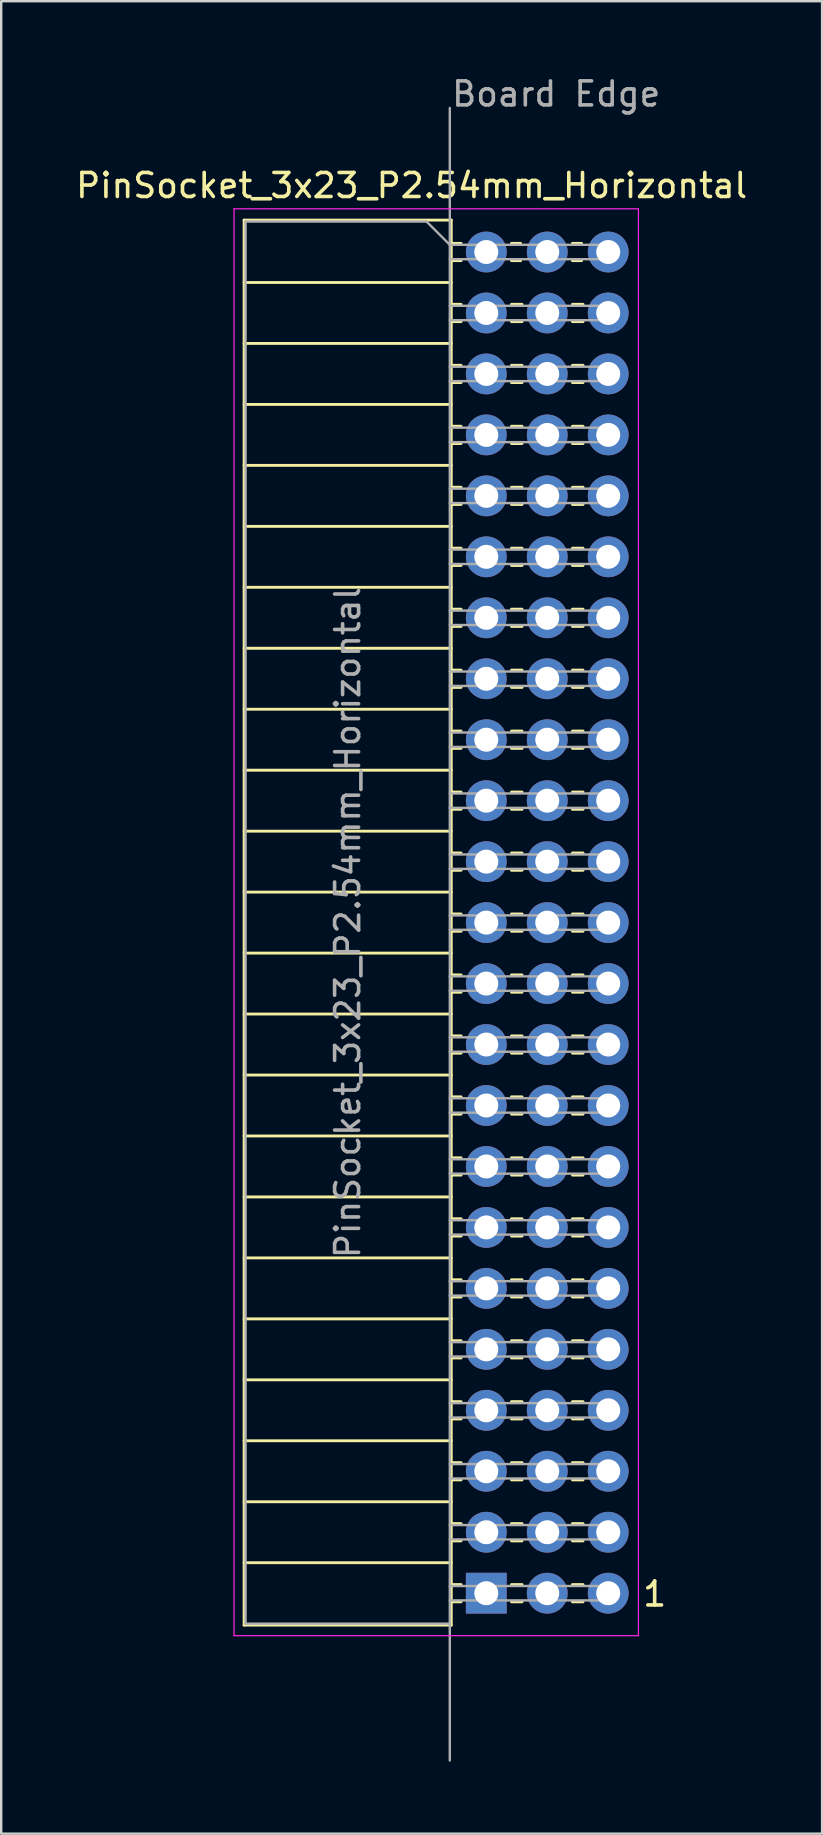
<source format=kicad_pcb>
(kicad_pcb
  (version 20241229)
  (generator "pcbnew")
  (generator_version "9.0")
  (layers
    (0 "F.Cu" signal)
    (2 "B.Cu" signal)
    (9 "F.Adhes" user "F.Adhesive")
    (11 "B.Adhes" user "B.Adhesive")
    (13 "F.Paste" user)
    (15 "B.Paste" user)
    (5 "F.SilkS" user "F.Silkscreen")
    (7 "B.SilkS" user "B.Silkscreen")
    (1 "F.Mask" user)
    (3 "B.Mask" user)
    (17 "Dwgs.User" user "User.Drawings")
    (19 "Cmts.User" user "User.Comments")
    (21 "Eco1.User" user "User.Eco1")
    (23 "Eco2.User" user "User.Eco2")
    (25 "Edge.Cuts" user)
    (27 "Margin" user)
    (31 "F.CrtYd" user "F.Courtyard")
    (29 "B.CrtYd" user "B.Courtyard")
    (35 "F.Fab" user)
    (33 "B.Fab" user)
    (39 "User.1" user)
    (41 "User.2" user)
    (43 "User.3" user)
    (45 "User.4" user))
  (footprint "PinSocket_3x23_P2.54mm_Horizontal"
    (layer "F.Cu")
    (at 19.751 7.45)
    (property "Reference" "PinSocket_3x23_P2.54mm_Horizontal" (at -5.65 -2.77 0) (layer "F.SilkS") (effects (font (size 1 1) (thickness 0.15))))
    (attr through_hole)
    (fp_line (start -12.63 -1.33) (end -12.63 57.21) (stroke (width 0.12) (type solid)) (layer "F.SilkS"))
    (fp_line (start -12.63 -1.33) (end -4 -1.33) (stroke (width 0.12) (type solid)) (layer "F.SilkS"))
    (fp_line (start -12.63 1.27) (end -4 1.27) (stroke (width 0.12) (type solid)) (layer "F.SilkS"))
    (fp_line (start -12.63 3.81) (end -4 3.81) (stroke (width 0.12) (type solid)) (layer "F.SilkS"))
    (fp_line (start -12.63 6.35) (end -4 6.35) (stroke (width 0.12) (type solid)) (layer "F.SilkS"))
    (fp_line (start -12.63 8.89) (end -4 8.89) (stroke (width 0.12) (type solid)) (layer "F.SilkS"))
    (fp_line (start -12.63 11.43) (end -4 11.43) (stroke (width 0.12) (type solid)) (layer "F.SilkS"))
    (fp_line (start -12.63 13.97) (end -4 13.97) (stroke (width 0.12) (type solid)) (layer "F.SilkS"))
    (fp_line (start -12.63 16.51) (end -4 16.51) (stroke (width 0.12) (type solid)) (layer "F.SilkS"))
    (fp_line (start -12.63 19.05) (end -4 19.05) (stroke (width 0.12) (type solid)) (layer "F.SilkS"))
    (fp_line (start -12.63 21.59) (end -4 21.59) (stroke (width 0.12) (type solid)) (layer "F.SilkS"))
    (fp_line (start -12.63 24.13) (end -4 24.13) (stroke (width 0.12) (type solid)) (layer "F.SilkS"))
    (fp_line (start -12.63 26.67) (end -4 26.67) (stroke (width 0.12) (type solid)) (layer "F.SilkS"))
    (fp_line (start -12.63 29.21) (end -4 29.21) (stroke (width 0.12) (type solid)) (layer "F.SilkS"))
    (fp_line (start -12.63 31.75) (end -4 31.75) (stroke (width 0.12) (type solid)) (layer "F.SilkS"))
    (fp_line (start -12.63 34.29) (end -4 34.29) (stroke (width 0.12) (type solid)) (layer "F.SilkS"))
    (fp_line (start -12.63 36.83) (end -4 36.83) (stroke (width 0.12) (type solid)) (layer "F.SilkS"))
    (fp_line (start -12.63 39.37) (end -4 39.37) (stroke (width 0.12) (type solid)) (layer "F.SilkS"))
    (fp_line (start -12.63 41.91) (end -4 41.91) (stroke (width 0.12) (type solid)) (layer "F.SilkS"))
    (fp_line (start -12.63 44.45) (end -4 44.45) (stroke (width 0.12) (type solid)) (layer "F.SilkS"))
    (fp_line (start -12.63 46.99) (end -4 46.99) (stroke (width 0.12) (type solid)) (layer "F.SilkS"))
    (fp_line (start -12.63 49.53) (end -4 49.53) (stroke (width 0.12) (type solid)) (layer "F.SilkS"))
    (fp_line (start -12.63 52.07) (end -4 52.07) (stroke (width 0.12) (type solid)) (layer "F.SilkS"))
    (fp_line (start -12.63 54.61) (end -4 54.61) (stroke (width 0.12) (type solid)) (layer "F.SilkS"))
    (fp_line (start -12.63 57.21) (end -4 57.21) (stroke (width 0.12) (type solid)) (layer "F.SilkS"))
    (fp_line (start -4 -1.33) (end -4 57.21) (stroke (width 0.12) (type solid)) (layer "F.SilkS"))
    (fp_line (start -4 -0.36) (end -3.59 -0.36) (stroke (width 0.12) (type solid)) (layer "F.SilkS"))
    (fp_line (start -4 0.36) (end -3.59 0.36) (stroke (width 0.12) (type solid)) (layer "F.SilkS"))
    (fp_line (start -4 2.18) (end -3.59 2.18) (stroke (width 0.12) (type solid)) (layer "F.SilkS"))
    (fp_line (start -4 2.9) (end -3.59 2.9) (stroke (width 0.12) (type solid)) (layer "F.SilkS"))
    (fp_line (start -4 4.72) (end -3.59 4.72) (stroke (width 0.12) (type solid)) (layer "F.SilkS"))
    (fp_line (start -4 5.44) (end -3.59 5.44) (stroke (width 0.12) (type solid)) (layer "F.SilkS"))
    (fp_line (start -4 7.26) (end -3.59 7.26) (stroke (width 0.12) (type solid)) (layer "F.SilkS"))
    (fp_line (start -4 7.98) (end -3.59 7.98) (stroke (width 0.12) (type solid)) (layer "F.SilkS"))
    (fp_line (start -4 9.8) (end -3.59 9.8) (stroke (width 0.12) (type solid)) (layer "F.SilkS"))
    (fp_line (start -4 10.52) (end -3.59 10.52) (stroke (width 0.12) (type solid)) (layer "F.SilkS"))
    (fp_line (start -4 12.34) (end -3.59 12.34) (stroke (width 0.12) (type solid)) (layer "F.SilkS"))
    (fp_line (start -4 13.06) (end -3.59 13.06) (stroke (width 0.12) (type solid)) (layer "F.SilkS"))
    (fp_line (start -4 14.88) (end -3.59 14.88) (stroke (width 0.12) (type solid)) (layer "F.SilkS"))
    (fp_line (start -4 15.6) (end -3.59 15.6) (stroke (width 0.12) (type solid)) (layer "F.SilkS"))
    (fp_line (start -4 17.42) (end -3.59 17.42) (stroke (width 0.12) (type solid)) (layer "F.SilkS"))
    (fp_line (start -4 18.14) (end -3.59 18.14) (stroke (width 0.12) (type solid)) (layer "F.SilkS"))
    (fp_line (start -4 19.96) (end -3.59 19.96) (stroke (width 0.12) (type solid)) (layer "F.SilkS"))
    (fp_line (start -4 20.68) (end -3.59 20.68) (stroke (width 0.12) (type solid)) (layer "F.SilkS"))
    (fp_line (start -4 22.5) (end -3.59 22.5) (stroke (width 0.12) (type solid)) (layer "F.SilkS"))
    (fp_line (start -4 23.22) (end -3.59 23.22) (stroke (width 0.12) (type solid)) (layer "F.SilkS"))
    (fp_line (start -4 25.04) (end -3.59 25.04) (stroke (width 0.12) (type solid)) (layer "F.SilkS"))
    (fp_line (start -4 25.76) (end -3.59 25.76) (stroke (width 0.12) (type solid)) (layer "F.SilkS"))
    (fp_line (start -4 27.58) (end -3.59 27.58) (stroke (width 0.12) (type solid)) (layer "F.SilkS"))
    (fp_line (start -4 28.3) (end -3.59 28.3) (stroke (width 0.12) (type solid)) (layer "F.SilkS"))
    (fp_line (start -4 30.12) (end -3.59 30.12) (stroke (width 0.12) (type solid)) (layer "F.SilkS"))
    (fp_line (start -4 30.84) (end -3.59 30.84) (stroke (width 0.12) (type solid)) (layer "F.SilkS"))
    (fp_line (start -4 32.66) (end -3.59 32.66) (stroke (width 0.12) (type solid)) (layer "F.SilkS"))
    (fp_line (start -4 33.38) (end -3.59 33.38) (stroke (width 0.12) (type solid)) (layer "F.SilkS"))
    (fp_line (start -4 35.2) (end -3.59 35.2) (stroke (width 0.12) (type solid)) (layer "F.SilkS"))
    (fp_line (start -4 35.92) (end -3.59 35.92) (stroke (width 0.12) (type solid)) (layer "F.SilkS"))
    (fp_line (start -4 37.74) (end -3.59 37.74) (stroke (width 0.12) (type solid)) (layer "F.SilkS"))
    (fp_line (start -4 38.46) (end -3.59 38.46) (stroke (width 0.12) (type solid)) (layer "F.SilkS"))
    (fp_line (start -4 40.28) (end -3.59 40.28) (stroke (width 0.12) (type solid)) (layer "F.SilkS"))
    (fp_line (start -4 41) (end -3.59 41) (stroke (width 0.12) (type solid)) (layer "F.SilkS"))
    (fp_line (start -4 42.82) (end -3.59 42.82) (stroke (width 0.12) (type solid)) (layer "F.SilkS"))
    (fp_line (start -4 43.54) (end -3.59 43.54) (stroke (width 0.12) (type solid)) (layer "F.SilkS"))
    (fp_line (start -4 45.36) (end -3.59 45.36) (stroke (width 0.12) (type solid)) (layer "F.SilkS"))
    (fp_line (start -4 46.08) (end -3.59 46.08) (stroke (width 0.12) (type solid)) (layer "F.SilkS"))
    (fp_line (start -4 47.9) (end -3.59 47.9) (stroke (width 0.12) (type solid)) (layer "F.SilkS"))
    (fp_line (start -4 48.62) (end -3.59 48.62) (stroke (width 0.12) (type solid)) (layer "F.SilkS"))
    (fp_line (start -4 50.44) (end -3.59 50.44) (stroke (width 0.12) (type solid)) (layer "F.SilkS"))
    (fp_line (start -4 51.16) (end -3.59 51.16) (stroke (width 0.12) (type solid)) (layer "F.SilkS"))
    (fp_line (start -4 52.98) (end -3.59 52.98) (stroke (width 0.12) (type solid)) (layer "F.SilkS"))
    (fp_line (start -4 53.7) (end -3.59 53.7) (stroke (width 0.12) (type solid)) (layer "F.SilkS"))
    (fp_line (start -4 55.52) (end -3.59 55.52) (stroke (width 0.12) (type solid)) (layer "F.SilkS"))
    (fp_line (start -4 56.24) (end -3.59 56.24) (stroke (width 0.12) (type solid)) (layer "F.SilkS"))
    (fp_line (start -1.49 -0.36) (end -1.11 -0.36) (stroke (width 0.12) (type solid)) (layer "F.SilkS"))
    (fp_line (start -1.49 0.36) (end -1.11 0.36) (stroke (width 0.12) (type solid)) (layer "F.SilkS"))
    (fp_line (start -1.49 2.18) (end -1.05 2.18) (stroke (width 0.12) (type solid)) (layer "F.SilkS"))
    (fp_line (start -1.49 2.9) (end -1.05 2.9) (stroke (width 0.12) (type solid)) (layer "F.SilkS"))
    (fp_line (start -1.49 4.72) (end -1.05 4.72) (stroke (width 0.12) (type solid)) (layer "F.SilkS"))
    (fp_line (start -1.49 5.44) (end -1.05 5.44) (stroke (width 0.12) (type solid)) (layer "F.SilkS"))
    (fp_line (start -1.49 7.26) (end -1.05 7.26) (stroke (width 0.12) (type solid)) (layer "F.SilkS"))
    (fp_line (start -1.49 7.98) (end -1.05 7.98) (stroke (width 0.12) (type solid)) (layer "F.SilkS"))
    (fp_line (start -1.49 9.8) (end -1.05 9.8) (stroke (width 0.12) (type solid)) (layer "F.SilkS"))
    (fp_line (start -1.49 10.52) (end -1.05 10.52) (stroke (width 0.12) (type solid)) (layer "F.SilkS"))
    (fp_line (start -1.49 12.34) (end -1.05 12.34) (stroke (width 0.12) (type solid)) (layer "F.SilkS"))
    (fp_line (start -1.49 13.06) (end -1.05 13.06) (stroke (width 0.12) (type solid)) (layer "F.SilkS"))
    (fp_line (start -1.49 14.88) (end -1.05 14.88) (stroke (width 0.12) (type solid)) (layer "F.SilkS"))
    (fp_line (start -1.49 15.6) (end -1.05 15.6) (stroke (width 0.12) (type solid)) (layer "F.SilkS"))
    (fp_line (start -1.49 17.42) (end -1.05 17.42) (stroke (width 0.12) (type solid)) (layer "F.SilkS"))
    (fp_line (start -1.49 18.14) (end -1.05 18.14) (stroke (width 0.12) (type solid)) (layer "F.SilkS"))
    (fp_line (start -1.49 19.96) (end -1.05 19.96) (stroke (width 0.12) (type solid)) (layer "F.SilkS"))
    (fp_line (start -1.49 20.68) (end -1.05 20.68) (stroke (width 0.12) (type solid)) (layer "F.SilkS"))
    (fp_line (start -1.49 22.5) (end -1.05 22.5) (stroke (width 0.12) (type solid)) (layer "F.SilkS"))
    (fp_line (start -1.49 23.22) (end -1.05 23.22) (stroke (width 0.12) (type solid)) (layer "F.SilkS"))
    (fp_line (start -1.49 25.04) (end -1.05 25.04) (stroke (width 0.12) (type solid)) (layer "F.SilkS"))
    (fp_line (start -1.49 25.76) (end -1.05 25.76) (stroke (width 0.12) (type solid)) (layer "F.SilkS"))
    (fp_line (start -1.49 27.58) (end -1.05 27.58) (stroke (width 0.12) (type solid)) (layer "F.SilkS"))
    (fp_line (start -1.49 28.3) (end -1.05 28.3) (stroke (width 0.12) (type solid)) (layer "F.SilkS"))
    (fp_line (start -1.49 30.12) (end -1.05 30.12) (stroke (width 0.12) (type solid)) (layer "F.SilkS"))
    (fp_line (start -1.49 30.84) (end -1.05 30.84) (stroke (width 0.12) (type solid)) (layer "F.SilkS"))
    (fp_line (start -1.49 32.66) (end -1.05 32.66) (stroke (width 0.12) (type solid)) (layer "F.SilkS"))
    (fp_line (start -1.49 33.38) (end -1.05 33.38) (stroke (width 0.12) (type solid)) (layer "F.SilkS"))
    (fp_line (start -1.49 35.2) (end -1.05 35.2) (stroke (width 0.12) (type solid)) (layer "F.SilkS"))
    (fp_line (start -1.49 35.92) (end -1.05 35.92) (stroke (width 0.12) (type solid)) (layer "F.SilkS"))
    (fp_line (start -1.49 37.74) (end -1.05 37.74) (stroke (width 0.12) (type solid)) (layer "F.SilkS"))
    (fp_line (start -1.49 38.46) (end -1.05 38.46) (stroke (width 0.12) (type solid)) (layer "F.SilkS"))
    (fp_line (start -1.49 40.28) (end -1.05 40.28) (stroke (width 0.12) (type solid)) (layer "F.SilkS"))
    (fp_line (start -1.49 41) (end -1.05 41) (stroke (width 0.12) (type solid)) (layer "F.SilkS"))
    (fp_line (start -1.49 42.82) (end -1.05 42.82) (stroke (width 0.12) (type solid)) (layer "F.SilkS"))
    (fp_line (start -1.49 43.54) (end -1.05 43.54) (stroke (width 0.12) (type solid)) (layer "F.SilkS"))
    (fp_line (start -1.49 45.36) (end -1.05 45.36) (stroke (width 0.12) (type solid)) (layer "F.SilkS"))
    (fp_line (start -1.49 46.08) (end -1.05 46.08) (stroke (width 0.12) (type solid)) (layer "F.SilkS"))
    (fp_line (start -1.49 47.9) (end -1.05 47.9) (stroke (width 0.12) (type solid)) (layer "F.SilkS"))
    (fp_line (start -1.49 48.62) (end -1.05 48.62) (stroke (width 0.12) (type solid)) (layer "F.SilkS"))
    (fp_line (start -1.49 50.44) (end -1.05 50.44) (stroke (width 0.12) (type solid)) (layer "F.SilkS"))
    (fp_line (start -1.49 51.16) (end -1.05 51.16) (stroke (width 0.12) (type solid)) (layer "F.SilkS"))
    (fp_line (start -1.49 52.98) (end -1.05 52.98) (stroke (width 0.12) (type solid)) (layer "F.SilkS"))
    (fp_line (start -1.49 53.7) (end -1.05 53.7) (stroke (width 0.12) (type solid)) (layer "F.SilkS"))
    (fp_line (start -1.49 55.52) (end -1.05 55.52) (stroke (width 0.12) (type solid)) (layer "F.SilkS"))
    (fp_line (start -1.49 56.24) (end -1.05 56.24) (stroke (width 0.12) (type solid)) (layer "F.SilkS"))
    (fp_line (start 1.05 -0.36) (end 1.43 -0.36) (stroke (width 0.12) (type solid)) (layer "F.SilkS"))
    (fp_line (start 1.05 0.36) (end 1.43 0.36) (stroke (width 0.12) (type solid)) (layer "F.SilkS"))
    (fp_line (start 1.05 2.18) (end 1.49 2.18) (stroke (width 0.12) (type solid)) (layer "F.SilkS"))
    (fp_line (start 1.05 2.9) (end 1.49 2.9) (stroke (width 0.12) (type solid)) (layer "F.SilkS"))
    (fp_line (start 1.05 4.72) (end 1.49 4.72) (stroke (width 0.12) (type solid)) (layer "F.SilkS"))
    (fp_line (start 1.05 5.44) (end 1.49 5.44) (stroke (width 0.12) (type solid)) (layer "F.SilkS"))
    (fp_line (start 1.05 7.26) (end 1.49 7.26) (stroke (width 0.12) (type solid)) (layer "F.SilkS"))
    (fp_line (start 1.05 7.98) (end 1.49 7.98) (stroke (width 0.12) (type solid)) (layer "F.SilkS"))
    (fp_line (start 1.05 9.8) (end 1.49 9.8) (stroke (width 0.12) (type solid)) (layer "F.SilkS"))
    (fp_line (start 1.05 10.52) (end 1.49 10.52) (stroke (width 0.12) (type solid)) (layer "F.SilkS"))
    (fp_line (start 1.05 12.34) (end 1.49 12.34) (stroke (width 0.12) (type solid)) (layer "F.SilkS"))
    (fp_line (start 1.05 13.06) (end 1.49 13.06) (stroke (width 0.12) (type solid)) (layer "F.SilkS"))
    (fp_line (start 1.05 14.88) (end 1.49 14.88) (stroke (width 0.12) (type solid)) (layer "F.SilkS"))
    (fp_line (start 1.05 15.6) (end 1.49 15.6) (stroke (width 0.12) (type solid)) (layer "F.SilkS"))
    (fp_line (start 1.05 17.42) (end 1.49 17.42) (stroke (width 0.12) (type solid)) (layer "F.SilkS"))
    (fp_line (start 1.05 18.14) (end 1.49 18.14) (stroke (width 0.12) (type solid)) (layer "F.SilkS"))
    (fp_line (start 1.05 19.96) (end 1.49 19.96) (stroke (width 0.12) (type solid)) (layer "F.SilkS"))
    (fp_line (start 1.05 20.68) (end 1.49 20.68) (stroke (width 0.12) (type solid)) (layer "F.SilkS"))
    (fp_line (start 1.05 22.5) (end 1.49 22.5) (stroke (width 0.12) (type solid)) (layer "F.SilkS"))
    (fp_line (start 1.05 23.22) (end 1.49 23.22) (stroke (width 0.12) (type solid)) (layer "F.SilkS"))
    (fp_line (start 1.05 25.04) (end 1.49 25.04) (stroke (width 0.12) (type solid)) (layer "F.SilkS"))
    (fp_line (start 1.05 25.76) (end 1.49 25.76) (stroke (width 0.12) (type solid)) (layer "F.SilkS"))
    (fp_line (start 1.05 27.58) (end 1.49 27.58) (stroke (width 0.12) (type solid)) (layer "F.SilkS"))
    (fp_line (start 1.05 28.3) (end 1.49 28.3) (stroke (width 0.12) (type solid)) (layer "F.SilkS"))
    (fp_line (start 1.05 30.12) (end 1.49 30.12) (stroke (width 0.12) (type solid)) (layer "F.SilkS"))
    (fp_line (start 1.05 30.84) (end 1.49 30.84) (stroke (width 0.12) (type solid)) (layer "F.SilkS"))
    (fp_line (start 1.05 32.66) (end 1.49 32.66) (stroke (width 0.12) (type solid)) (layer "F.SilkS"))
    (fp_line (start 1.05 33.38) (end 1.49 33.38) (stroke (width 0.12) (type solid)) (layer "F.SilkS"))
    (fp_line (start 1.05 35.2) (end 1.49 35.2) (stroke (width 0.12) (type solid)) (layer "F.SilkS"))
    (fp_line (start 1.05 35.92) (end 1.49 35.92) (stroke (width 0.12) (type solid)) (layer "F.SilkS"))
    (fp_line (start 1.05 37.74) (end 1.49 37.74) (stroke (width 0.12) (type solid)) (layer "F.SilkS"))
    (fp_line (start 1.05 38.46) (end 1.49 38.46) (stroke (width 0.12) (type solid)) (layer "F.SilkS"))
    (fp_line (start 1.05 40.28) (end 1.49 40.28) (stroke (width 0.12) (type solid)) (layer "F.SilkS"))
    (fp_line (start 1.05 41) (end 1.49 41) (stroke (width 0.12) (type solid)) (layer "F.SilkS"))
    (fp_line (start 1.05 42.82) (end 1.49 42.82) (stroke (width 0.12) (type solid)) (layer "F.SilkS"))
    (fp_line (start 1.05 43.54) (end 1.49 43.54) (stroke (width 0.12) (type solid)) (layer "F.SilkS"))
    (fp_line (start 1.05 45.36) (end 1.49 45.36) (stroke (width 0.12) (type solid)) (layer "F.SilkS"))
    (fp_line (start 1.05 46.08) (end 1.49 46.08) (stroke (width 0.12) (type solid)) (layer "F.SilkS"))
    (fp_line (start 1.05 47.9) (end 1.49 47.9) (stroke (width 0.12) (type solid)) (layer "F.SilkS"))
    (fp_line (start 1.05 48.62) (end 1.49 48.62) (stroke (width 0.12) (type solid)) (layer "F.SilkS"))
    (fp_line (start 1.05 50.44) (end 1.49 50.44) (stroke (width 0.12) (type solid)) (layer "F.SilkS"))
    (fp_line (start 1.05 51.16) (end 1.49 51.16) (stroke (width 0.12) (type solid)) (layer "F.SilkS"))
    (fp_line (start 1.05 52.98) (end 1.49 52.98) (stroke (width 0.12) (type solid)) (layer "F.SilkS"))
    (fp_line (start 1.05 53.7) (end 1.49 53.7) (stroke (width 0.12) (type solid)) (layer "F.SilkS"))
    (fp_line (start 1.05 55.52) (end 1.49 55.52) (stroke (width 0.12) (type solid)) (layer "F.SilkS"))
    (fp_line (start 1.05 56.24) (end 1.49 56.24) (stroke (width 0.12) (type solid)) (layer "F.SilkS"))
    (fp_line (start -13.05 -1.8) (end -13.05 57.65) (stroke (width 0.05) (type solid)) (layer "F.CrtYd"))
    (fp_line (start -13.05 57.65) (end 3.8 57.65) (stroke (width 0.05) (type solid)) (layer "F.CrtYd"))
    (fp_line (start 3.8 -1.8) (end -13.05 -1.8) (stroke (width 0.05) (type solid)) (layer "F.CrtYd"))
    (fp_line (start 3.8 57.65) (end 3.8 -1.8) (stroke (width 0.05) (type solid)) (layer "F.CrtYd"))
    (fp_line (start -12.57 -1.27) (end -5.03 -1.27) (stroke (width 0.1) (type solid)) (layer "F.Fab"))
    (fp_line (start -12.57 57.15) (end -12.57 -1.27) (stroke (width 0.1) (type solid)) (layer "F.Fab"))
    (fp_line (start -5.03 -1.27) (end -4.06 -0.3) (stroke (width 0.1) (type solid)) (layer "F.Fab"))
    (fp_line (start -4.06 -0.3) (end -4.06 -6) (stroke (width 0.1) (type default)) (layer "F.Fab"))
    (fp_line (start -4.06 -0.3) (end -4.06 57.15) (stroke (width 0.1) (type solid)) (layer "F.Fab"))
    (fp_line (start -4.06 0.3) (end 2.5 0.3) (stroke (width 0.1) (type solid)) (layer "F.Fab"))
    (fp_line (start -4.06 2.84) (end 2.5 2.84) (stroke (width 0.1) (type solid)) (layer "F.Fab"))
    (fp_line (start -4.06 5.38) (end 2.5 5.38) (stroke (width 0.1) (type solid)) (layer "F.Fab"))
    (fp_line (start -4.06 7.92) (end 2.5 7.92) (stroke (width 0.1) (type solid)) (layer "F.Fab"))
    (fp_line (start -4.06 10.46) (end 2.5 10.46) (stroke (width 0.1) (type solid)) (layer "F.Fab"))
    (fp_line (start -4.06 13) (end 2.5 13) (stroke (width 0.1) (type solid)) (layer "F.Fab"))
    (fp_line (start -4.06 15.54) (end 2.5 15.54) (stroke (width 0.1) (type solid)) (layer "F.Fab"))
    (fp_line (start -4.06 18.08) (end 2.5 18.08) (stroke (width 0.1) (type solid)) (layer "F.Fab"))
    (fp_line (start -4.06 20.62) (end 2.5 20.62) (stroke (width 0.1) (type solid)) (layer "F.Fab"))
    (fp_line (start -4.06 23.16) (end 2.5 23.16) (stroke (width 0.1) (type solid)) (layer "F.Fab"))
    (fp_line (start -4.06 25.7) (end 2.5 25.7) (stroke (width 0.1) (type solid)) (layer "F.Fab"))
    (fp_line (start -4.06 28.24) (end 2.5 28.24) (stroke (width 0.1) (type solid)) (layer "F.Fab"))
    (fp_line (start -4.06 30.78) (end 2.5 30.78) (stroke (width 0.1) (type solid)) (layer "F.Fab"))
    (fp_line (start -4.06 33.32) (end 2.5 33.32) (stroke (width 0.1) (type solid)) (layer "F.Fab"))
    (fp_line (start -4.06 35.86) (end 2.5 35.86) (stroke (width 0.1) (type solid)) (layer "F.Fab"))
    (fp_line (start -4.06 38.4) (end 2.5 38.4) (stroke (width 0.1) (type solid)) (layer "F.Fab"))
    (fp_line (start -4.06 40.94) (end 2.5 40.94) (stroke (width 0.1) (type solid)) (layer "F.Fab"))
    (fp_line (start -4.06 43.48) (end 2.5 43.48) (stroke (width 0.1) (type solid)) (layer "F.Fab"))
    (fp_line (start -4.06 46.02) (end 2.5 46.02) (stroke (width 0.1) (type solid)) (layer "F.Fab"))
    (fp_line (start -4.06 48.56) (end 2.5 48.56) (stroke (width 0.1) (type solid)) (layer "F.Fab"))
    (fp_line (start -4.06 51.1) (end 2.5 51.1) (stroke (width 0.1) (type solid)) (layer "F.Fab"))
    (fp_line (start -4.06 53.64) (end 2.5 53.64) (stroke (width 0.1) (type solid)) (layer "F.Fab"))
    (fp_line (start -4.06 56.18) (end 2.5 56.18) (stroke (width 0.1) (type solid)) (layer "F.Fab"))
    (fp_line (start -4.06 57.15) (end -12.57 57.15) (stroke (width 0.1) (type solid)) (layer "F.Fab"))
    (fp_line (start -4.06 62.85) (end -4.06 57.15) (stroke (width 0.1) (type default)) (layer "F.Fab"))
    (fp_line (start 0 0.3) (end 0 -0.3) (stroke (width 0.1) (type solid)) (layer "F.Fab"))
    (fp_line (start 0 2.84) (end 0 2.24) (stroke (width 0.1) (type solid)) (layer "F.Fab"))
    (fp_line (start 0 5.38) (end 0 4.78) (stroke (width 0.1) (type solid)) (layer "F.Fab"))
    (fp_line (start 0 7.92) (end 0 7.32) (stroke (width 0.1) (type solid)) (layer "F.Fab"))
    (fp_line (start 0 10.46) (end 0 9.86) (stroke (width 0.1) (type solid)) (layer "F.Fab"))
    (fp_line (start 0 13) (end 0 12.4) (stroke (width 0.1) (type solid)) (layer "F.Fab"))
    (fp_line (start 0 15.54) (end 0 14.94) (stroke (width 0.1) (type solid)) (layer "F.Fab"))
    (fp_line (start 0 18.08) (end 0 17.48) (stroke (width 0.1) (type solid)) (layer "F.Fab"))
    (fp_line (start 0 20.62) (end 0 20.02) (stroke (width 0.1) (type solid)) (layer "F.Fab"))
    (fp_line (start 0 23.16) (end 0 22.56) (stroke (width 0.1) (type solid)) (layer "F.Fab"))
    (fp_line (start 0 25.7) (end 0 25.1) (stroke (width 0.1) (type solid)) (layer "F.Fab"))
    (fp_line (start 0 28.24) (end 0 27.64) (stroke (width 0.1) (type solid)) (layer "F.Fab"))
    (fp_line (start 0 30.78) (end 0 30.18) (stroke (width 0.1) (type solid)) (layer "F.Fab"))
    (fp_line (start 0 33.32) (end 0 32.72) (stroke (width 0.1) (type solid)) (layer "F.Fab"))
    (fp_line (start 0 35.86) (end 0 35.26) (stroke (width 0.1) (type solid)) (layer "F.Fab"))
    (fp_line (start 0 38.4) (end 0 37.8) (stroke (width 0.1) (type solid)) (layer "F.Fab"))
    (fp_line (start 0 40.94) (end 0 40.34) (stroke (width 0.1) (type solid)) (layer "F.Fab"))
    (fp_line (start 0 43.48) (end 0 42.88) (stroke (width 0.1) (type solid)) (layer "F.Fab"))
    (fp_line (start 0 46.02) (end 0 45.42) (stroke (width 0.1) (type solid)) (layer "F.Fab"))
    (fp_line (start 0 48.56) (end 0 47.96) (stroke (width 0.1) (type solid)) (layer "F.Fab"))
    (fp_line (start 0 51.1) (end 0 50.5) (stroke (width 0.1) (type solid)) (layer "F.Fab"))
    (fp_line (start 0 53.64) (end 0 53.04) (stroke (width 0.1) (type solid)) (layer "F.Fab"))
    (fp_line (start 0 56.18) (end 0 55.58) (stroke (width 0.1) (type solid)) (layer "F.Fab"))
    (fp_line (start 2.5 -0.3) (end -4.06 -0.3) (stroke (width 0.1) (type solid)) (layer "F.Fab"))
    (fp_line (start 2.5 2.24) (end -4.06 2.24) (stroke (width 0.1) (type solid)) (layer "F.Fab"))
    (fp_line (start 2.5 4.78) (end -4.06 4.78) (stroke (width 0.1) (type solid)) (layer "F.Fab"))
    (fp_line (start 2.5 7.32) (end -4.06 7.32) (stroke (width 0.1) (type solid)) (layer "F.Fab"))
    (fp_line (start 2.5 9.86) (end -4.06 9.86) (stroke (width 0.1) (type solid)) (layer "F.Fab"))
    (fp_line (start 2.5 12.4) (end -4.06 12.4) (stroke (width 0.1) (type solid)) (layer "F.Fab"))
    (fp_line (start 2.5 14.94) (end -4.06 14.94) (stroke (width 0.1) (type solid)) (layer "F.Fab"))
    (fp_line (start 2.5 17.48) (end -4.06 17.48) (stroke (width 0.1) (type solid)) (layer "F.Fab"))
    (fp_line (start 2.5 20.02) (end -4.06 20.02) (stroke (width 0.1) (type solid)) (layer "F.Fab"))
    (fp_line (start 2.5 22.56) (end -4.06 22.56) (stroke (width 0.1) (type solid)) (layer "F.Fab"))
    (fp_line (start 2.5 25.1) (end -4.06 25.1) (stroke (width 0.1) (type solid)) (layer "F.Fab"))
    (fp_line (start 2.5 27.64) (end -4.06 27.64) (stroke (width 0.1) (type solid)) (layer "F.Fab"))
    (fp_line (start 2.5 30.18) (end -4.06 30.18) (stroke (width 0.1) (type solid)) (layer "F.Fab"))
    (fp_line (start 2.5 32.72) (end -4.06 32.72) (stroke (width 0.1) (type solid)) (layer "F.Fab"))
    (fp_line (start 2.5 35.26) (end -4.06 35.26) (stroke (width 0.1) (type solid)) (layer "F.Fab"))
    (fp_line (start 2.5 37.8) (end -4.06 37.8) (stroke (width 0.1) (type solid)) (layer "F.Fab"))
    (fp_line (start 2.5 40.34) (end -4.06 40.34) (stroke (width 0.1) (type solid)) (layer "F.Fab"))
    (fp_line (start 2.5 42.88) (end -4.06 42.88) (stroke (width 0.1) (type solid)) (layer "F.Fab"))
    (fp_line (start 2.5 45.42) (end -4.06 45.42) (stroke (width 0.1) (type solid)) (layer "F.Fab"))
    (fp_line (start 2.5 47.96) (end -4.06 47.96) (stroke (width 0.1) (type solid)) (layer "F.Fab"))
    (fp_line (start 2.5 50.5) (end -4.06 50.5) (stroke (width 0.1) (type solid)) (layer "F.Fab"))
    (fp_line (start 2.5 53.04) (end -4.06 53.04) (stroke (width 0.1) (type solid)) (layer "F.Fab"))
    (fp_line (start 2.5 55.58) (end -4.06 55.58) (stroke (width 0.1) (type solid)) (layer "F.Fab"))
    (fp_text user "1" (at 3.9 56.5 0) (unlocked yes) (layer "F.SilkS") (effects (font (size 1 1) (thickness 0.15)) (justify left bottom)))
    (fp_text user "Board Edge" (at -4.06 -6 0) (unlocked yes) (layer "F.Fab") (effects (font (size 1 1) (thickness 0.15)) (justify left bottom)))
    (fp_text user "${REFERENCE}" (at -8.315 27.94 90) (layer "F.Fab") (effects (font (size 1 1) (thickness 0.15))))
    (pad "A01" thru_hole rect (at -2.54 55.88 180) (size 1.7 1.7) (drill 1) (layers "*.Cu" "*.Mask"))
    (pad "A02" thru_hole oval (at -2.54 53.34 180) (size 1.7 1.7) (drill 1) (layers "*.Cu" "*.Mask"))
    (pad "A03" thru_hole oval (at -2.54 50.8 180) (size 1.7 1.7) (drill 1) (layers "*.Cu" "*.Mask"))
    (pad "A04" thru_hole oval (at -2.54 48.26 180) (size 1.7 1.7) (drill 1) (layers "*.Cu" "*.Mask"))
    (pad "A05" thru_hole oval (at -2.54 45.72 180) (size 1.7 1.7) (drill 1) (layers "*.Cu" "*.Mask"))
    (pad "A06" thru_hole oval (at -2.54 43.18 180) (size 1.7 1.7) (drill 1) (layers "*.Cu" "*.Mask"))
    (pad "A07" thru_hole oval (at -2.54 40.64 180) (size 1.7 1.7) (drill 1) (layers "*.Cu" "*.Mask"))
    (pad "A08" thru_hole oval (at -2.54 38.1 180) (size 1.7 1.7) (drill 1) (layers "*.Cu" "*.Mask"))
    (pad "A09" thru_hole oval (at -2.54 35.56 180) (size 1.7 1.7) (drill 1) (layers "*.Cu" "*.Mask"))
    (pad "A10" thru_hole oval (at -2.54 33.02 180) (size 1.7 1.7) (drill 1) (layers "*.Cu" "*.Mask"))
    (pad "A11" thru_hole oval (at -2.54 30.48 180) (size 1.7 1.7) (drill 1) (layers "*.Cu" "*.Mask"))
    (pad "A12" thru_hole oval (at -2.54 27.94 180) (size 1.7 1.7) (drill 1) (layers "*.Cu" "*.Mask"))
    (pad "A13" thru_hole oval (at -2.54 25.4 180) (size 1.7 1.7) (drill 1) (layers "*.Cu" "*.Mask"))
    (pad "A14" thru_hole oval (at -2.54 22.86 180) (size 1.7 1.7) (drill 1) (layers "*.Cu" "*.Mask"))
    (pad "A15" thru_hole oval (at -2.54 20.32 180) (size 1.7 1.7) (drill 1) (layers "*.Cu" "*.Mask"))
    (pad "A16" thru_hole oval (at -2.54 17.78 180) (size 1.7 1.7) (drill 1) (layers "*.Cu" "*.Mask"))
    (pad "A17" thru_hole oval (at -2.54 15.24 180) (size 1.7 1.7) (drill 1) (layers "*.Cu" "*.Mask"))
    (pad "A18" thru_hole oval (at -2.54 12.7 180) (size 1.7 1.7) (drill 1) (layers "*.Cu" "*.Mask"))
    (pad "A19" thru_hole oval (at -2.54 10.16 180) (size 1.7 1.7) (drill 1) (layers "*.Cu" "*.Mask"))
    (pad "A20" thru_hole oval (at -2.54 7.62 180) (size 1.7 1.7) (drill 1) (layers "*.Cu" "*.Mask"))
    (pad "A21" thru_hole oval (at -2.54 5.08 180) (size 1.7 1.7) (drill 1) (layers "*.Cu" "*.Mask"))
    (pad "A22" thru_hole oval (at -2.54 2.54 180) (size 1.7 1.7) (drill 1) (layers "*.Cu" "*.Mask"))
    (pad "A23" thru_hole oval (at -2.54 0 180) (size 1.7 1.7) (drill 1) (layers "*.Cu" "*.Mask"))
    (pad "B01" thru_hole oval (at 0 55.88 180) (size 1.7 1.7) (drill 1) (layers "*.Cu" "*.Mask"))
    (pad "B02" thru_hole oval (at 0 53.34 180) (size 1.7 1.7) (drill 1) (layers "*.Cu" "*.Mask"))
    (pad "B03" thru_hole oval (at 0 50.8 180) (size 1.7 1.7) (drill 1) (layers "*.Cu" "*.Mask"))
    (pad "B04" thru_hole oval (at 0 48.26 180) (size 1.7 1.7) (drill 1) (layers "*.Cu" "*.Mask"))
    (pad "B05" thru_hole oval (at 0 45.72 180) (size 1.7 1.7) (drill 1) (layers "*.Cu" "*.Mask"))
    (pad "B06" thru_hole oval (at 0 43.18 180) (size 1.7 1.7) (drill 1) (layers "*.Cu" "*.Mask"))
    (pad "B07" thru_hole oval (at 0 40.64 180) (size 1.7 1.7) (drill 1) (layers "*.Cu" "*.Mask"))
    (pad "B08" thru_hole oval (at 0 38.1 180) (size 1.7 1.7) (drill 1) (layers "*.Cu" "*.Mask"))
    (pad "B09" thru_hole oval (at 0 35.56 180) (size 1.7 1.7) (drill 1) (layers "*.Cu" "*.Mask"))
    (pad "B10" thru_hole oval (at 0 33.02 180) (size 1.7 1.7) (drill 1) (layers "*.Cu" "*.Mask"))
    (pad "B11" thru_hole oval (at 0 30.48 180) (size 1.7 1.7) (drill 1) (layers "*.Cu" "*.Mask"))
    (pad "B12" thru_hole oval (at 0 27.94 180) (size 1.7 1.7) (drill 1) (layers "*.Cu" "*.Mask"))
    (pad "B13" thru_hole oval (at 0 25.4 180) (size 1.7 1.7) (drill 1) (layers "*.Cu" "*.Mask"))
    (pad "B14" thru_hole oval (at 0 22.86 180) (size 1.7 1.7) (drill 1) (layers "*.Cu" "*.Mask"))
    (pad "B15" thru_hole oval (at 0 20.32 180) (size 1.7 1.7) (drill 1) (layers "*.Cu" "*.Mask"))
    (pad "B16" thru_hole oval (at 0 17.78 180) (size 1.7 1.7) (drill 1) (layers "*.Cu" "*.Mask"))
    (pad "B17" thru_hole oval (at 0 15.24 180) (size 1.7 1.7) (drill 1) (layers "*.Cu" "*.Mask"))
    (pad "B18" thru_hole oval (at 0 12.7 180) (size 1.7 1.7) (drill 1) (layers "*.Cu" "*.Mask"))
    (pad "B19" thru_hole oval (at 0 10.16 180) (size 1.7 1.7) (drill 1) (layers "*.Cu" "*.Mask"))
    (pad "B20" thru_hole oval (at 0 7.62 180) (size 1.7 1.7) (drill 1) (layers "*.Cu" "*.Mask"))
    (pad "B21" thru_hole oval (at 0 5.08 180) (size 1.7 1.7) (drill 1) (layers "*.Cu" "*.Mask"))
    (pad "B22" thru_hole oval (at 0 2.54 180) (size 1.7 1.7) (drill 1) (layers "*.Cu" "*.Mask"))
    (pad "B23" thru_hole oval (at 0 0 180) (size 1.7 1.7) (drill 1) (layers "*.Cu" "*.Mask"))
    (pad "C01" thru_hole oval (at 2.54 55.88 180) (size 1.7 1.7) (drill 1) (layers "*.Cu" "*.Mask"))
    (pad "C02" thru_hole oval (at 2.54 53.34 180) (size 1.7 1.7) (drill 1) (layers "*.Cu" "*.Mask"))
    (pad "C03" thru_hole oval (at 2.54 50.8 180) (size 1.7 1.7) (drill 1) (layers "*.Cu" "*.Mask"))
    (pad "C04" thru_hole oval (at 2.54 48.26 180) (size 1.7 1.7) (drill 1) (layers "*.Cu" "*.Mask"))
    (pad "C05" thru_hole oval (at 2.54 45.72 180) (size 1.7 1.7) (drill 1) (layers "*.Cu" "*.Mask"))
    (pad "C06" thru_hole oval (at 2.54 43.18 180) (size 1.7 1.7) (drill 1) (layers "*.Cu" "*.Mask"))
    (pad "C07" thru_hole oval (at 2.54 40.64 180) (size 1.7 1.7) (drill 1) (layers "*.Cu" "*.Mask"))
    (pad "C08" thru_hole oval (at 2.54 38.1 180) (size 1.7 1.7) (drill 1) (layers "*.Cu" "*.Mask"))
    (pad "C09" thru_hole oval (at 2.54 35.56 180) (size 1.7 1.7) (drill 1) (layers "*.Cu" "*.Mask"))
    (pad "C10" thru_hole oval (at 2.54 33.02 180) (size 1.7 1.7) (drill 1) (layers "*.Cu" "*.Mask"))
    (pad "C11" thru_hole oval (at 2.54 30.48 180) (size 1.7 1.7) (drill 1) (layers "*.Cu" "*.Mask"))
    (pad "C12" thru_hole oval (at 2.54 27.94 180) (size 1.7 1.7) (drill 1) (layers "*.Cu" "*.Mask"))
    (pad "C13" thru_hole oval (at 2.54 25.4 180) (size 1.7 1.7) (drill 1) (layers "*.Cu" "*.Mask"))
    (pad "C14" thru_hole oval (at 2.54 22.86 180) (size 1.7 1.7) (drill 1) (layers "*.Cu" "*.Mask"))
    (pad "C15" thru_hole oval (at 2.54 20.32 180) (size 1.7 1.7) (drill 1) (layers "*.Cu" "*.Mask"))
    (pad "C16" thru_hole oval (at 2.54 17.78 180) (size 1.7 1.7) (drill 1) (layers "*.Cu" "*.Mask"))
    (pad "C17" thru_hole oval (at 2.54 15.24 180) (size 1.7 1.7) (drill 1) (layers "*.Cu" "*.Mask"))
    (pad "C18" thru_hole oval (at 2.54 12.7 180) (size 1.7 1.7) (drill 1) (layers "*.Cu" "*.Mask"))
    (pad "C19" thru_hole oval (at 2.54 10.16 180) (size 1.7 1.7) (drill 1) (layers "*.Cu" "*.Mask"))
    (pad "C20" thru_hole oval (at 2.54 7.62 180) (size 1.7 1.7) (drill 1) (layers "*.Cu" "*.Mask"))
    (pad "C21" thru_hole oval (at 2.54 5.08 180) (size 1.7 1.7) (drill 1) (layers "*.Cu" "*.Mask"))
    (pad "C22" thru_hole oval (at 2.54 2.54 180) (size 1.7 1.7) (drill 1) (layers "*.Cu" "*.Mask"))
    (pad "C23" thru_hole oval (at 2.54 0 180) (size 1.7 1.7) (drill 1) (layers "*.Cu" "*.Mask")))
  (gr_rect
    (start -3 -3)
    (end 31.202 73.35)
    (stroke (width 0.1) (type default))
    (fill no)
    (layer "Edge.Cuts")))
</source>
